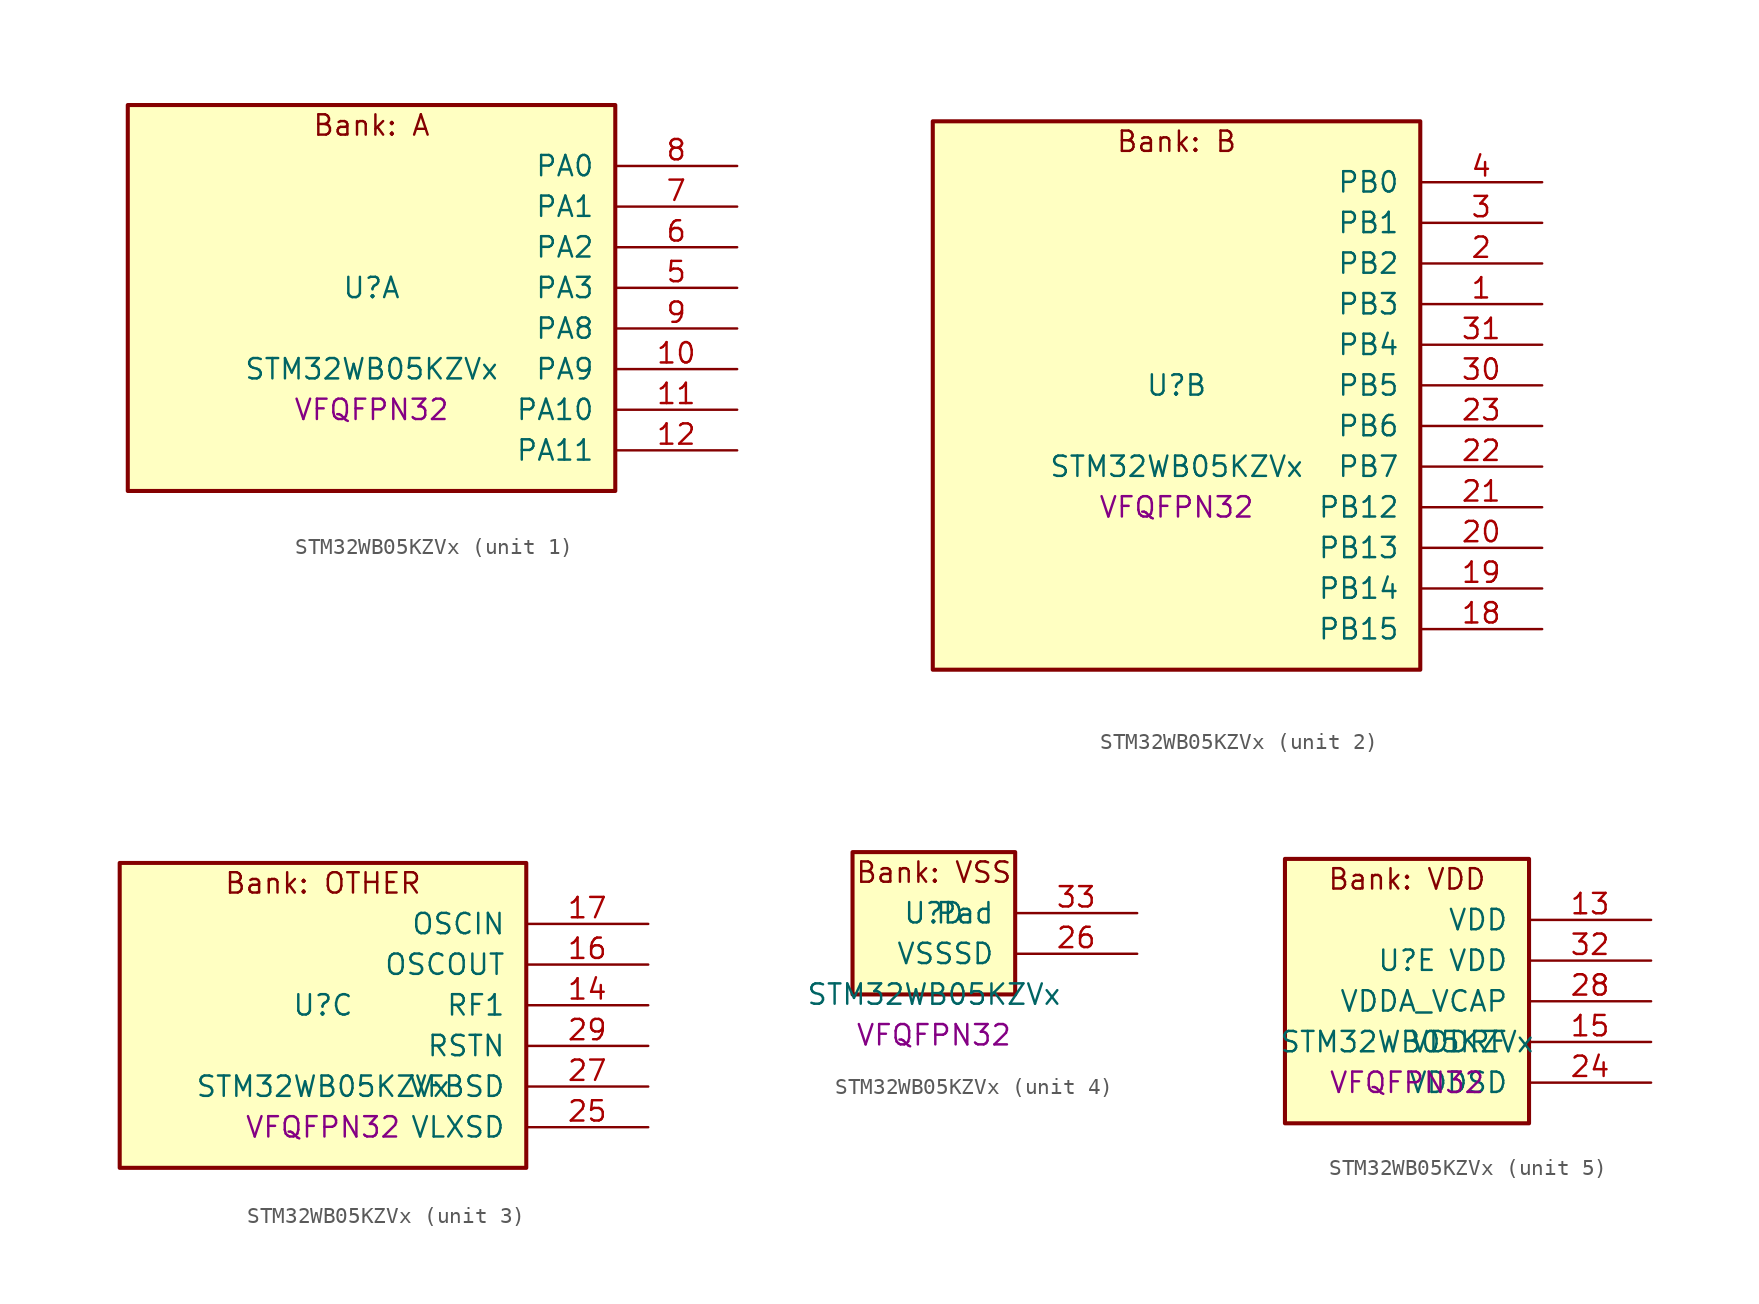
<source format=kicad_sym>
(kicad_symbol_lib
  (version 20241209)
  (generator "stm32_pkl_generator")
  (generator_version "1.0")
  (symbol "STM32WB05KZVx"
    (pin_names
      (offset 1.27))
    (property "Reference" "U"
      (at 0 2.54 0))
    (property "Value" "STM32WB05KZVx"
      (at 0 -2.54 0))
    (property "Footprint" "VFQFPN32"
      (at 0 -5.08 0))
    (symbol "STM32WB05KZVx_1_1"
      (rectangle (start -15.24 13.97) (end 15.24 -10.16) (stroke (width 0.254) (type solid)) (fill (type background)))
      (text "Bank: A" (at 0 12.7 0))
      (pin bidirectional line (at 22.86 10.16 180) (length 7.62) (name "PA0") (number "8") (alternate "PA0/I2C1_SCL" bidirectional line) (alternate "PA0/IR_OUT" bidirectional line) (alternate "PA0/PWR_WKUP12" bidirectional line) (alternate "PA0/TIM2_CH3" bidirectional line) (alternate "PA0/USART1_CTS" bidirectional line))
      (pin bidirectional line (at 22.86 7.62 180) (length 7.62) (name "PA1") (number "7") (alternate "PA1/I2C1_SDA" bidirectional line) (alternate "PA1/IR_OUT" bidirectional line) (alternate "PA1/PWR_WKUP13" bidirectional line) (alternate "PA1/TIM2_CH4" bidirectional line) (alternate "PA1/USART1_TX" bidirectional line))
      (pin bidirectional line (at 22.86 5.08 180) (length 7.62) (name "PA2") (number "6") (alternate "PA2/ADC1_VINM2" bidirectional line) (alternate "PA2/DEBUG_SWDIO" bidirectional line) (alternate "PA2/I2S3_MCK" bidirectional line) (alternate "PA2/PWR_WKUP14" bidirectional line) (alternate "PA2/TIM16_CH1" bidirectional line) (alternate "PA2/TIM2_CH1" bidirectional line) (alternate "PA2/USART1_CK" bidirectional line))
      (pin bidirectional line (at 22.86 2.54 180) (length 7.62) (name "PA3") (number "5") (alternate "PA3/ADC1_VINP2" bidirectional line) (alternate "PA3/DEBUG_SWCLK" bidirectional line) (alternate "PA3/I2S3_SCK" bidirectional line) (alternate "PA3/PWR_WKUP15" bidirectional line) (alternate "PA3/SPI3_SCK" bidirectional line) (alternate "PA3/TIM16_CH1N" bidirectional line) (alternate "PA3/TIM2_CH2" bidirectional line) (alternate "PA3/USART1_DE" bidirectional line) (alternate "PA3/USART1_RTS" bidirectional line))
      (pin bidirectional line (at 22.86 0 180) (length 7.62) (name "PA8") (number "9") (alternate "PA8/PWR_WKUP8" bidirectional line) (alternate "PA8/RADIO_RX_SEQUENCE" bidirectional line) (alternate "PA8/RTC_OUT" bidirectional line) (alternate "PA8/SPI3_MISO" bidirectional line) (alternate "PA8/TIM16_BK" bidirectional line) (alternate "PA8/TIM2_CH3" bidirectional line) (alternate "PA8/USART1_RX" bidirectional line))
      (pin bidirectional line (at 22.86 -2.54 180) (length 7.62) (name "PA9") (number "10") (alternate "PA9/I2S3_WS" bidirectional line) (alternate "PA9/PWR_WKUP9" bidirectional line) (alternate "PA9/RTC_OUT" bidirectional line) (alternate "PA9/SPI3_NSS" bidirectional line) (alternate "PA9/TIM17_CH1" bidirectional line) (alternate "PA9/TIM2_CH4" bidirectional line) (alternate "PA9/USART1_TX" bidirectional line))
      (pin bidirectional line (at 22.86 -5.08 180) (length 7.62) (name "PA10") (number "11") (alternate "PA10/I2S3_MCK" bidirectional line) (alternate "PA10/LPUART1_CTS" bidirectional line) (alternate "PA10/PWR_WKUP10" bidirectional line) (alternate "PA10/RADIO_TX_SEQUENCE" bidirectional line) (alternate "PA10/RCC_LCO" bidirectional line) (alternate "PA10/TIM17_CH1N" bidirectional line))
      (pin bidirectional line (at 22.86 -7.62 180) (length 7.62) (name "PA11") (number "12") (alternate "PA11/I2S3_SD" bidirectional line) (alternate "PA11/PWR_WKUP11" bidirectional line) (alternate "PA11/RADIO_RX_SEQUENCE" bidirectional line) (alternate "PA11/RCC_MCO" bidirectional line) (alternate "PA11/SPI3_MOSI" bidirectional line) (alternate "PA11/TIM17_BK" bidirectional line)))
    (symbol "STM32WB05KZVx_2_1"
      (rectangle (start -15.24 19.05) (end 15.24 -15.24) (stroke (width 0.254) (type solid)) (fill (type background)))
      (text "Bank: B" (at 0 17.78 0))
      (pin bidirectional line (at 22.86 15.24 180) (length 7.62) (name "PB0") (number "4") (alternate "PB0/ADC1_VINM1" bidirectional line) (alternate "PB0/LPUART1_DE" bidirectional line) (alternate "PB0/LPUART1_RTS" bidirectional line) (alternate "PB0/PWR_WKUP0" bidirectional line) (alternate "PB0/RADIO_ANTENNA_ID_0" bidirectional line) (alternate "PB0/TIM16_CH1" bidirectional line) (alternate "PB0/USART1_RX" bidirectional line))
      (pin bidirectional line (at 22.86 12.7 180) (length 7.62) (name "PB1") (number "3") (alternate "PB1/ADC1_VINP1" bidirectional line) (alternate "PB1/PWR_WKUP1" bidirectional line) (alternate "PB1/RADIO_ANTENNA_ID_1" bidirectional line) (alternate "PB1/TIM16_CH1N" bidirectional line) (alternate "PB1/TIM2_ETR" bidirectional line) (alternate "PB1/USART1_CK" bidirectional line))
      (pin bidirectional line (at 22.86 10.16 180) (length 7.62) (name "PB2") (number "2") (alternate "PB2/ADC1_VINM0" bidirectional line) (alternate "PB2/PWR_WKUP2" bidirectional line) (alternate "PB2/RADIO_ANTENNA_ID_2" bidirectional line) (alternate "PB2/TIM16_BK" bidirectional line) (alternate "PB2/TIM2_CH3" bidirectional line) (alternate "PB2/USART1_DE" bidirectional line) (alternate "PB2/USART1_RTS" bidirectional line))
      (pin bidirectional line (at 22.86 7.62 180) (length 7.62) (name "PB3") (number "1") (alternate "PB3/ADC1_VINP0" bidirectional line) (alternate "PB3/I2S3_SCK" bidirectional line) (alternate "PB3/LPUART1_TX" bidirectional line) (alternate "PB3/PWR_WKUP3" bidirectional line) (alternate "PB3/RADIO_ANTENNA_ID_3" bidirectional line) (alternate "PB3/SPI3_SCK" bidirectional line) (alternate "PB3/TIM17_CH1" bidirectional line) (alternate "PB3/TIM2_CH4" bidirectional line) (alternate "PB3/USART1_CTS" bidirectional line))
      (pin bidirectional line (at 22.86 5.08 180) (length 7.62) (name "PB4") (number "31") (alternate "PB4/ADC1_VINM3" bidirectional line) (alternate "PB4/LPUART1_TX" bidirectional line) (alternate "PB4/PWR_WKUP4" bidirectional line) (alternate "PB4/RADIO_ANTENNA_ID_4" bidirectional line) (alternate "PB4/TIM17_CH1N" bidirectional line) (alternate "PB4/TIM2_CH1" bidirectional line))
      (pin bidirectional line (at 22.86 2.54 180) (length 7.62) (name "PB5") (number "30") (alternate "PB5/ADC1_VINP3" bidirectional line) (alternate "PB5/LPUART1_RX" bidirectional line) (alternate "PB5/PWR_WKUP5" bidirectional line) (alternate "PB5/RADIO_ANTENNA_ID_5" bidirectional line) (alternate "PB5/TIM17_BK" bidirectional line) (alternate "PB5/TIM2_CH2" bidirectional line))
      (pin bidirectional line (at 22.86 0 180) (length 7.62) (name "PB6") (number "23") (alternate "PB6/I2C1_SCL" bidirectional line) (alternate "PB6/LPUART1_TX" bidirectional line) (alternate "PB6/PWR_WKUP6" bidirectional line) (alternate "PB6/RADIO_ANTENNA_ID_6" bidirectional line) (alternate "PB6/TIM17_CH1" bidirectional line) (alternate "PB6/TIM2_CH1" bidirectional line))
      (pin bidirectional line (at 22.86 -2.54 180) (length 7.62) (name "PB7") (number "22") (alternate "PB7/I2C1_SDA" bidirectional line) (alternate "PB7/LPUART1_RX" bidirectional line) (alternate "PB7/PWR_WKUP7" bidirectional line) (alternate "PB7/RADIO_ACTIVITY" bidirectional line) (alternate "PB7/TIM2_CH2" bidirectional line) (alternate "PB7/USART1_CTS" bidirectional line))
      (pin bidirectional line (at 22.86 -5.08 180) (length 7.62) (name "PB12") (number "21") (alternate "PB12/LPUART1_CTS" bidirectional line) (alternate "PB12/PWR_WKUP16" bidirectional line) (alternate "PB12/RCC_LCO" bidirectional line) (alternate "PB12/RCC_OSC32_OUT" bidirectional line) (alternate "PB12/TIM2_CH3" bidirectional line))
      (pin bidirectional line (at 22.86 -7.62 180) (length 7.62) (name "PB13") (number "20") (alternate "PB13/PWR_WKUP17" bidirectional line) (alternate "PB13/RCC_OSC32_IN" bidirectional line) (alternate "PB13/TIM2_CH4" bidirectional line))
      (pin bidirectional line (at 22.86 -10.16 180) (length 7.62) (name "PB14") (number "19") (alternate "PB14/I2C1_SDA" bidirectional line) (alternate "PB14/PWR_PVD_IN" bidirectional line) (alternate "PB14/PWR_WKUP18" bidirectional line) (alternate "PB14/RADIO_TX_SEQUENCE" bidirectional line) (alternate "PB14/RCC_MCO" bidirectional line) (alternate "PB14/TIM2_ETR" bidirectional line) (alternate "PB14/USART1_RX" bidirectional line))
      (pin bidirectional line (at 22.86 -12.7 180) (length 7.62) (name "PB15") (number "18") (alternate "PB15/PWR_WKUP19" bidirectional line) (alternate "PB15/USART1_TX" bidirectional line)))
    (symbol "STM32WB05KZVx_3_1"
      (rectangle (start -12.7 11.43) (end 12.7 -7.62) (stroke (width 0.254) (type solid)) (fill (type background)))
      (text "Bank: OTHER" (at 0 10.16 0))
      (pin bidirectional line (at 20.32 7.62 180) (length 7.62) (name "OSCIN") (number "17") (alternate "OSCIN/RCC_OSC_IN" bidirectional line))
      (pin bidirectional line (at 20.32 5.08 180) (length 7.62) (name "OSCOUT") (number "16") (alternate "OSCOUT/RCC_OSC_OUT" bidirectional line))
      (pin bidirectional line (at 20.32 2.54 180) (length 7.62) (name "RF1") (number "14") (alternate "RF1/RADIO_RF1" bidirectional line))
      (pin power_in line (at 20.32 0 180) (length 7.62) (name "RSTN") (number "29"))
      (pin power_in line (at 20.32 -2.54 180) (length 7.62) (name "VFBSD") (number "27"))
      (pin power_in line (at 20.32 -5.08 180) (length 7.62) (name "VLXSD") (number "25")))
    (symbol "STM32WB05KZVx_4_1"
      (rectangle (start -5.08 6.35) (end 5.08 -2.54) (stroke (width 0.254) (type solid)) (fill (type background)))
      (text "Bank: VSS" (at 0 5.08 0))
      (pin passive line (at 12.7 2.54 180) (length 7.62) (name "Pad") (number "33"))
      (pin power_in line (at 12.7 0 180) (length 7.62) (name "VSSSD") (number "26")))
    (symbol "STM32WB05KZVx_5_1"
      (rectangle (start -7.62 8.89) (end 7.62 -7.62) (stroke (width 0.254) (type solid)) (fill (type background)))
      (text "Bank: VDD" (at 0 7.62 0))
      (pin power_in line (at 15.24 5.08 180) (length 7.62) (name "VDD") (number "13"))
      (pin power_in line (at 15.24 2.54 180) (length 7.62) (name "VDD") (number "32"))
      (pin power_in line (at 15.24 0 180) (length 7.62) (name "VDDA_VCAP") (number "28"))
      (pin power_in line (at 15.24 -2.54 180) (length 7.62) (name "VDDRF") (number "15"))
      (pin power_in line (at 15.24 -5.08 180) (length 7.62) (name "VDDSD") (number "24")))))
</source>
